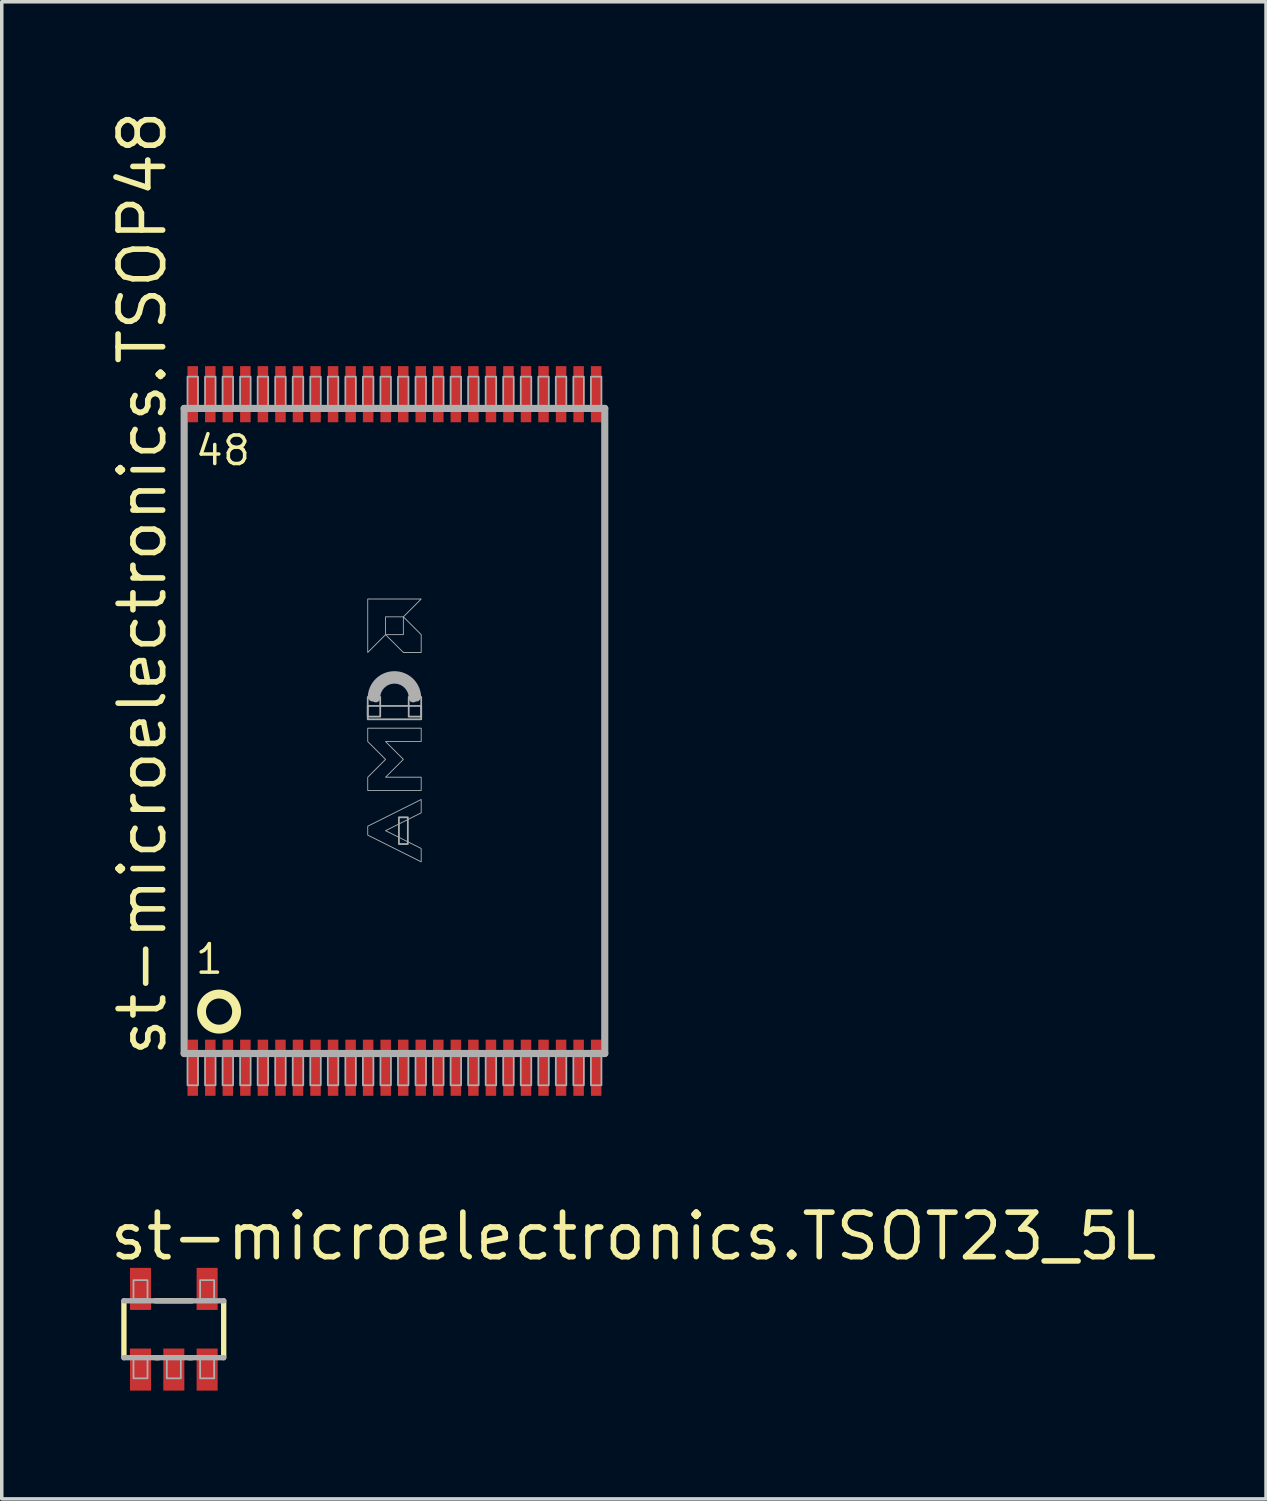
<source format=kicad_pcb>
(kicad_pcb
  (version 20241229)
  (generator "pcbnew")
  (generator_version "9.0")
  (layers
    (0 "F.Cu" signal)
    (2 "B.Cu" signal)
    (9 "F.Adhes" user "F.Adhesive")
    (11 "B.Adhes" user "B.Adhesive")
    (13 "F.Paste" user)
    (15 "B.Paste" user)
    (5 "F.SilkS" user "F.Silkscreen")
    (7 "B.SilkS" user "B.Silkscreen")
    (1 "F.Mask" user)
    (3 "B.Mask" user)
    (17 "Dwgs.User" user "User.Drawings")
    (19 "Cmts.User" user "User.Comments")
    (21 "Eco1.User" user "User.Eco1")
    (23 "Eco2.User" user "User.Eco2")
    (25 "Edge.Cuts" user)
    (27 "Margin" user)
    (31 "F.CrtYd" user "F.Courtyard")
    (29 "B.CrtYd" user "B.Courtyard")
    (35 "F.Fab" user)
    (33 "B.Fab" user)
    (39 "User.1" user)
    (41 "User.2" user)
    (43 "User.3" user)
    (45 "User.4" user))
  (footprint "st-microelectronics.TSOT23_5L"
    (layer "F.Cu")
    (at 1.905 34.843)
    (property "Reference" "st-microelectronics.TSOT23_5L" (at -1.905 -1.905 0) (layer "F.SilkS") (effects (font (size 1.27 1.27) (thickness 0.16)) (justify left bottom)))
    (attr smd)
    (fp_rect (start -1.288 -0.5) (end -0.613 -1.812) (stroke (width 0.05) (type default)) (fill yes) (layer "F.Mask"))
    (fp_rect (start -1.288 1.812) (end -0.613 0.5) (stroke (width 0.05) (type default)) (fill yes) (layer "F.Mask"))
    (fp_rect (start -0.338 1.812) (end 0.338 0.5) (stroke (width 0.05) (type default)) (fill yes) (layer "F.Mask"))
    (fp_rect (start 0.613 -0.5) (end 1.288 -1.812) (stroke (width 0.05) (type default)) (fill yes) (layer "F.Mask"))
    (fp_rect (start 0.613 1.812) (end 1.288 0.5) (stroke (width 0.05) (type default)) (fill yes) (layer "F.Mask"))
    (fp_line (start -1.422 0.81) (end -1.422 -0.81) (stroke (width 0.152) (type default)) (layer "F.SilkS"))
    (fp_line (start -0.522 -0.81) (end 0.522 -0.81) (stroke (width 0.152) (type default)) (layer "F.SilkS"))
    (fp_line (start -0.428 0.81) (end -0.522 0.81) (stroke (width 0.152) (type default)) (layer "F.SilkS"))
    (fp_line (start 0.522 0.81) (end 0.428 0.81) (stroke (width 0.152) (type default)) (layer "F.SilkS"))
    (fp_line (start 1.422 -0.81) (end 1.422 0.81) (stroke (width 0.152) (type default)) (layer "F.SilkS"))
    (fp_rect (start -1.212 -0.588) (end -0.688 -1.712) (stroke (width 0.05) (type default)) (fill yes) (layer "F.Paste"))
    (fp_rect (start -1.212 1.712) (end -0.688 0.588) (stroke (width 0.05) (type default)) (fill yes) (layer "F.Paste"))
    (fp_rect (start -0.263 1.712) (end 0.263 0.588) (stroke (width 0.05) (type default)) (fill yes) (layer "F.Paste"))
    (fp_rect (start 0.688 -0.588) (end 1.212 -1.712) (stroke (width 0.05) (type default)) (fill yes) (layer "F.Paste"))
    (fp_rect (start 0.688 1.712) (end 1.212 0.588) (stroke (width 0.05) (type default)) (fill yes) (layer "F.Paste"))
    (fp_line (start -1.422 -0.81) (end 1.422 -0.81) (stroke (width 0.152) (type default)) (layer "F.Fab"))
    (fp_line (start 1.422 0.81) (end -1.422 0.81) (stroke (width 0.152) (type default)) (layer "F.Fab"))
    (fp_rect (start -1.15 -0.85) (end -0.75 -1.4) (stroke (width 0.05) (type default)) (fill no) (layer "F.Fab"))
    (fp_rect (start -1.15 1.4) (end -0.75 0.85) (stroke (width 0.05) (type default)) (fill no) (layer "F.Fab"))
    (fp_rect (start -0.2 1.4) (end 0.2 0.85) (stroke (width 0.05) (type default)) (fill no) (layer "F.Fab"))
    (fp_rect (start 0.75 -0.85) (end 1.15 -1.4) (stroke (width 0.05) (type default)) (fill no) (layer "F.Fab"))
    (fp_rect (start 0.75 1.4) (end 1.15 0.85) (stroke (width 0.05) (type default)) (fill no) (layer "F.Fab"))
    (pad "1" smd roundrect (at -0.95 1.15) (size 0.6 1.2) (layers "F.Cu" "F.Mask" "F.Paste") (roundrect_rratio 0.01))
    (pad "2" smd roundrect (at 0 1.15) (size 0.6 1.2) (layers "F.Cu" "F.Mask" "F.Paste") (roundrect_rratio 0.01))
    (pad "3" smd roundrect (at 0.95 1.15) (size 0.6 1.2) (layers "F.Cu" "F.Mask" "F.Paste") (roundrect_rratio 0.01))
    (pad "4" smd roundrect (at 0.95 -1.15) (size 0.6 1.2) (layers "F.Cu" "F.Mask" "F.Paste") (roundrect_rratio 0.01))
    (pad "5" smd roundrect (at -0.95 -1.15) (size 0.6 1.2) (layers "F.Cu" "F.Mask" "F.Paste") (roundrect_rratio 0.01)))
  (footprint "st-microelectronics.TSOP48"
    (layer "F.Cu")
    (at 8.195 17.788)
    (property "Reference" "st-microelectronics.TSOP48" (at -6.445 9.35 90) (layer "F.SilkS") (effects (font (size 1.27 1.27) (thickness 0.16)) (justify left bottom)))
    (attr smd)
    (fp_circle (center -5 8) (end -4.5 8) (stroke (width 0.254) (type default)) (fill no) (layer "F.SilkS"))
    (fp_line (start -5.995 -9.195) (end 5.995 -9.195) (stroke (width 0.203) (type default)) (layer "F.Fab"))
    (fp_line (start -5.995 9.195) (end -5.995 -9.195) (stroke (width 0.203) (type default)) (layer "F.Fab"))
    (fp_line (start 5.995 -9.195) (end 5.995 9.195) (stroke (width 0.203) (type default)) (layer "F.Fab"))
    (fp_line (start 5.995 9.195) (end -5.995 9.195) (stroke (width 0.203) (type default)) (layer "F.Fab"))
    (fp_rect (start -5.9 -9.25) (end -5.6 -10.1) (stroke (width 0.05) (type default)) (fill no) (layer "F.Fab"))
    (fp_rect (start -5.9 10.1) (end -5.6 9.25) (stroke (width 0.05) (type default)) (fill no) (layer "F.Fab"))
    (fp_rect (start -5.4 -9.25) (end -5.1 -10.1) (stroke (width 0.05) (type default)) (fill no) (layer "F.Fab"))
    (fp_rect (start -5.4 10.1) (end -5.1 9.25) (stroke (width 0.05) (type default)) (fill no) (layer "F.Fab"))
    (fp_rect (start -4.9 -9.25) (end -4.6 -10.1) (stroke (width 0.05) (type default)) (fill no) (layer "F.Fab"))
    (fp_rect (start -4.9 10.1) (end -4.6 9.25) (stroke (width 0.05) (type default)) (fill no) (layer "F.Fab"))
    (fp_rect (start -4.4 -9.25) (end -4.1 -10.1) (stroke (width 0.05) (type default)) (fill no) (layer "F.Fab"))
    (fp_rect (start -4.4 10.1) (end -4.1 9.25) (stroke (width 0.05) (type default)) (fill no) (layer "F.Fab"))
    (fp_rect (start -3.9 -9.25) (end -3.6 -10.1) (stroke (width 0.05) (type default)) (fill no) (layer "F.Fab"))
    (fp_rect (start -3.9 10.1) (end -3.6 9.25) (stroke (width 0.05) (type default)) (fill no) (layer "F.Fab"))
    (fp_rect (start -3.4 -9.25) (end -3.1 -10.1) (stroke (width 0.05) (type default)) (fill no) (layer "F.Fab"))
    (fp_rect (start -3.4 10.1) (end -3.1 9.25) (stroke (width 0.05) (type default)) (fill no) (layer "F.Fab"))
    (fp_rect (start -2.9 -9.25) (end -2.6 -10.1) (stroke (width 0.05) (type default)) (fill no) (layer "F.Fab"))
    (fp_rect (start -2.9 10.1) (end -2.6 9.25) (stroke (width 0.05) (type default)) (fill no) (layer "F.Fab"))
    (fp_rect (start -2.4 -9.25) (end -2.1 -10.1) (stroke (width 0.05) (type default)) (fill no) (layer "F.Fab"))
    (fp_rect (start -2.4 10.1) (end -2.1 9.25) (stroke (width 0.05) (type default)) (fill no) (layer "F.Fab"))
    (fp_rect (start -1.9 -9.25) (end -1.6 -10.1) (stroke (width 0.05) (type default)) (fill no) (layer "F.Fab"))
    (fp_rect (start -1.9 10.1) (end -1.6 9.25) (stroke (width 0.05) (type default)) (fill no) (layer "F.Fab"))
    (fp_rect (start -1.4 -9.25) (end -1.1 -10.1) (stroke (width 0.05) (type default)) (fill no) (layer "F.Fab"))
    (fp_rect (start -1.4 10.1) (end -1.1 9.25) (stroke (width 0.05) (type default)) (fill no) (layer "F.Fab"))
    (fp_rect (start -0.9 -9.25) (end -0.6 -10.1) (stroke (width 0.05) (type default)) (fill no) (layer "F.Fab"))
    (fp_rect (start -0.9 10.1) (end -0.6 9.25) (stroke (width 0.05) (type default)) (fill no) (layer "F.Fab"))
    (fp_rect (start -0.762 -0.409) (end -0.406 -0.968) (stroke (width 0.05) (type default)) (fill no) (layer "F.Fab"))
    (fp_rect (start -0.762 -0.333) (end 0.762 -0.714) (stroke (width 0.05) (type default)) (fill no) (layer "F.Fab"))
    (fp_rect (start -0.4 -9.25) (end -0.1 -10.1) (stroke (width 0.05) (type default)) (fill no) (layer "F.Fab"))
    (fp_rect (start -0.4 10.1) (end -0.1 9.25) (stroke (width 0.05) (type default)) (fill no) (layer "F.Fab"))
    (fp_rect (start 0.1 -9.25) (end 0.4 -10.1) (stroke (width 0.05) (type default)) (fill no) (layer "F.Fab"))
    (fp_rect (start 0.1 10.1) (end 0.4 9.25) (stroke (width 0.05) (type default)) (fill no) (layer "F.Fab"))
    (fp_rect (start 0.127 3.223) (end 0.381 2.461) (stroke (width 0.05) (type default)) (fill no) (layer "F.Fab"))
    (fp_rect (start 0.406 -0.409) (end 0.762 -0.968) (stroke (width 0.05) (type default)) (fill no) (layer "F.Fab"))
    (fp_rect (start 0.6 -9.25) (end 0.9 -10.1) (stroke (width 0.05) (type default)) (fill no) (layer "F.Fab"))
    (fp_rect (start 0.6 10.1) (end 0.9 9.25) (stroke (width 0.05) (type default)) (fill no) (layer "F.Fab"))
    (fp_rect (start 1.1 -9.25) (end 1.4 -10.1) (stroke (width 0.05) (type default)) (fill no) (layer "F.Fab"))
    (fp_rect (start 1.1 10.1) (end 1.4 9.25) (stroke (width 0.05) (type default)) (fill no) (layer "F.Fab"))
    (fp_rect (start 1.6 -9.25) (end 1.9 -10.1) (stroke (width 0.05) (type default)) (fill no) (layer "F.Fab"))
    (fp_rect (start 1.6 10.1) (end 1.9 9.25) (stroke (width 0.05) (type default)) (fill no) (layer "F.Fab"))
    (fp_rect (start 2.1 -9.25) (end 2.4 -10.1) (stroke (width 0.05) (type default)) (fill no) (layer "F.Fab"))
    (fp_rect (start 2.1 10.1) (end 2.4 9.25) (stroke (width 0.05) (type default)) (fill no) (layer "F.Fab"))
    (fp_rect (start 2.6 -9.25) (end 2.9 -10.1) (stroke (width 0.05) (type default)) (fill no) (layer "F.Fab"))
    (fp_rect (start 2.6 10.1) (end 2.9 9.25) (stroke (width 0.05) (type default)) (fill no) (layer "F.Fab"))
    (fp_rect (start 3.1 -9.25) (end 3.4 -10.1) (stroke (width 0.05) (type default)) (fill no) (layer "F.Fab"))
    (fp_rect (start 3.1 10.1) (end 3.4 9.25) (stroke (width 0.05) (type default)) (fill no) (layer "F.Fab"))
    (fp_rect (start 3.6 -9.25) (end 3.9 -10.1) (stroke (width 0.05) (type default)) (fill no) (layer "F.Fab"))
    (fp_rect (start 3.6 10.1) (end 3.9 9.25) (stroke (width 0.05) (type default)) (fill no) (layer "F.Fab"))
    (fp_rect (start 4.1 -9.25) (end 4.4 -10.1) (stroke (width 0.05) (type default)) (fill no) (layer "F.Fab"))
    (fp_rect (start 4.1 10.1) (end 4.4 9.25) (stroke (width 0.05) (type default)) (fill no) (layer "F.Fab"))
    (fp_rect (start 4.6 -9.25) (end 4.9 -10.1) (stroke (width 0.05) (type default)) (fill no) (layer "F.Fab"))
    (fp_rect (start 4.6 10.1) (end 4.9 9.25) (stroke (width 0.05) (type default)) (fill no) (layer "F.Fab"))
    (fp_rect (start 5.1 -9.25) (end 5.4 -10.1) (stroke (width 0.05) (type default)) (fill no) (layer "F.Fab"))
    (fp_rect (start 5.1 10.1) (end 5.4 9.25) (stroke (width 0.05) (type default)) (fill no) (layer "F.Fab"))
    (fp_rect (start 5.6 -9.25) (end 5.9 -10.1) (stroke (width 0.05) (type default)) (fill no) (layer "F.Fab"))
    (fp_rect (start 5.6 10.1) (end 5.9 9.25) (stroke (width 0.05) (type default)) (fill no) (layer "F.Fab"))
    (fp_arc (start -0.7366 -0.9426) (mid 0 -1.6792) (end 0.7366 -0.9426) (stroke (width 0.0508) (type default)) (layer "F.Fab"))
    (fp_arc (start -0.635 -0.9426) (mid 0 -1.5776) (end 0.635 -0.9426) (stroke (width 0.2032) (type default)) (layer "F.Fab"))
    (fp_arc (start -0.5334 -0.9426) (mid 0 -1.476) (end 0.5334 -0.9426) (stroke (width 0.254) (type default)) (layer "F.Fab"))
    (fp_poly (pts (xy -0.762 -2.238) (xy -0.762 -3.762) (xy 0.762 -3.762) (xy 0.254 -3.254) (xy -0.254 -3.254) (xy -0.254 -2.746)) (stroke (width 0.025) (type default)) (fill no) (layer "F.Fab"))
    (fp_poly (pts (xy -0.254 -2.746) (xy 0.254 -2.238) (xy 0.762 -2.238) (xy 0.762 -2.746) (xy 0.254 -3.254) (xy 0.254 -2.746)) (stroke (width 0.025) (type default)) (fill no) (layer "F.Fab"))
    (fp_poly (pts (xy 0.762 3.731) (xy -0.762 2.969) (xy -0.762 2.715) (xy 0.762 1.953) (xy 0.762 2.334) (xy -0.254 2.842) (xy 0.762 3.35)) (stroke (width 0.025) (type default)) (fill no) (layer "F.Fab"))
    (fp_poly (pts (xy 0.762 1.699) (xy -0.762 1.699) (xy -0.762 1.318) (xy -0.254 0.81) (xy -0.762 0.302) (xy -0.762 -0.079) (xy 0.762 -0.079) (xy 0.762 0.302) (xy -0.254 0.302) (xy 0.254 0.81) (xy -0.254 1.318) (xy 0.762 1.318)) (stroke (width 0.025) (type default)) (fill no) (layer "F.Fab"))
    (fp_text user "48" (at -5.731 -7.52 0) (layer "F.SilkS") (effects (font (size 0.813 0.813) (thickness 0.1)) (justify left bottom)))
    (fp_text user "1" (at -5.731 6.98 0) (layer "F.SilkS") (effects (font (size 0.813 0.813) (thickness 0.1)) (justify left bottom)))
    (pad "1" smd roundrect (at -5.75 9.6) (size 0.3 1.6) (layers "F.Cu" "F.Mask" "F.Paste") (roundrect_rratio 0.01))
    (pad "2" smd roundrect (at -5.25 9.6) (size 0.3 1.6) (layers "F.Cu" "F.Mask" "F.Paste") (roundrect_rratio 0.01))
    (pad "3" smd roundrect (at -4.75 9.6) (size 0.3 1.6) (layers "F.Cu" "F.Mask" "F.Paste") (roundrect_rratio 0.01))
    (pad "4" smd roundrect (at -4.25 9.6) (size 0.3 1.6) (layers "F.Cu" "F.Mask" "F.Paste") (roundrect_rratio 0.01))
    (pad "5" smd roundrect (at -3.75 9.6) (size 0.3 1.6) (layers "F.Cu" "F.Mask" "F.Paste") (roundrect_rratio 0.01))
    (pad "6" smd roundrect (at -3.25 9.6) (size 0.3 1.6) (layers "F.Cu" "F.Mask" "F.Paste") (roundrect_rratio 0.01))
    (pad "7" smd roundrect (at -2.75 9.6) (size 0.3 1.6) (layers "F.Cu" "F.Mask" "F.Paste") (roundrect_rratio 0.01))
    (pad "8" smd roundrect (at -2.25 9.6) (size 0.3 1.6) (layers "F.Cu" "F.Mask" "F.Paste") (roundrect_rratio 0.01))
    (pad "9" smd roundrect (at -1.75 9.6) (size 0.3 1.6) (layers "F.Cu" "F.Mask" "F.Paste") (roundrect_rratio 0.01))
    (pad "10" smd roundrect (at -1.25 9.6) (size 0.3 1.6) (layers "F.Cu" "F.Mask" "F.Paste") (roundrect_rratio 0.01))
    (pad "11" smd roundrect (at -0.75 9.6) (size 0.3 1.6) (layers "F.Cu" "F.Mask" "F.Paste") (roundrect_rratio 0.01))
    (pad "12" smd roundrect (at -0.25 9.6) (size 0.3 1.6) (layers "F.Cu" "F.Mask" "F.Paste") (roundrect_rratio 0.01))
    (pad "13" smd roundrect (at 0.25 9.6) (size 0.3 1.6) (layers "F.Cu" "F.Mask" "F.Paste") (roundrect_rratio 0.01))
    (pad "14" smd roundrect (at 0.75 9.6) (size 0.3 1.6) (layers "F.Cu" "F.Mask" "F.Paste") (roundrect_rratio 0.01))
    (pad "15" smd roundrect (at 1.25 9.6) (size 0.3 1.6) (layers "F.Cu" "F.Mask" "F.Paste") (roundrect_rratio 0.01))
    (pad "16" smd roundrect (at 1.75 9.6) (size 0.3 1.6) (layers "F.Cu" "F.Mask" "F.Paste") (roundrect_rratio 0.01))
    (pad "17" smd roundrect (at 2.25 9.6) (size 0.3 1.6) (layers "F.Cu" "F.Mask" "F.Paste") (roundrect_rratio 0.01))
    (pad "18" smd roundrect (at 2.75 9.6) (size 0.3 1.6) (layers "F.Cu" "F.Mask" "F.Paste") (roundrect_rratio 0.01))
    (pad "19" smd roundrect (at 3.25 9.6) (size 0.3 1.6) (layers "F.Cu" "F.Mask" "F.Paste") (roundrect_rratio 0.01))
    (pad "20" smd roundrect (at 3.75 9.6) (size 0.3 1.6) (layers "F.Cu" "F.Mask" "F.Paste") (roundrect_rratio 0.01))
    (pad "21" smd roundrect (at 4.25 9.6) (size 0.3 1.6) (layers "F.Cu" "F.Mask" "F.Paste") (roundrect_rratio 0.01))
    (pad "22" smd roundrect (at 4.75 9.6) (size 0.3 1.6) (layers "F.Cu" "F.Mask" "F.Paste") (roundrect_rratio 0.01))
    (pad "23" smd roundrect (at 5.25 9.6) (size 0.3 1.6) (layers "F.Cu" "F.Mask" "F.Paste") (roundrect_rratio 0.01))
    (pad "24" smd roundrect (at 5.75 9.6) (size 0.3 1.6) (layers "F.Cu" "F.Mask" "F.Paste") (roundrect_rratio 0.01))
    (pad "25" smd roundrect (at 5.75 -9.6) (size 0.3 1.6) (layers "F.Cu" "F.Mask" "F.Paste") (roundrect_rratio 0.01))
    (pad "26" smd roundrect (at 5.25 -9.6) (size 0.3 1.6) (layers "F.Cu" "F.Mask" "F.Paste") (roundrect_rratio 0.01))
    (pad "27" smd roundrect (at 4.75 -9.6) (size 0.3 1.6) (layers "F.Cu" "F.Mask" "F.Paste") (roundrect_rratio 0.01))
    (pad "28" smd roundrect (at 4.25 -9.6) (size 0.3 1.6) (layers "F.Cu" "F.Mask" "F.Paste") (roundrect_rratio 0.01))
    (pad "29" smd roundrect (at 3.75 -9.6) (size 0.3 1.6) (layers "F.Cu" "F.Mask" "F.Paste") (roundrect_rratio 0.01))
    (pad "30" smd roundrect (at 3.25 -9.6) (size 0.3 1.6) (layers "F.Cu" "F.Mask" "F.Paste") (roundrect_rratio 0.01))
    (pad "31" smd roundrect (at 2.75 -9.6) (size 0.3 1.6) (layers "F.Cu" "F.Mask" "F.Paste") (roundrect_rratio 0.01))
    (pad "32" smd roundrect (at 2.25 -9.6) (size 0.3 1.6) (layers "F.Cu" "F.Mask" "F.Paste") (roundrect_rratio 0.01))
    (pad "33" smd roundrect (at 1.75 -9.6) (size 0.3 1.6) (layers "F.Cu" "F.Mask" "F.Paste") (roundrect_rratio 0.01))
    (pad "34" smd roundrect (at 1.25 -9.6) (size 0.3 1.6) (layers "F.Cu" "F.Mask" "F.Paste") (roundrect_rratio 0.01))
    (pad "35" smd roundrect (at 0.75 -9.6) (size 0.3 1.6) (layers "F.Cu" "F.Mask" "F.Paste") (roundrect_rratio 0.01))
    (pad "36" smd roundrect (at 0.25 -9.6) (size 0.3 1.6) (layers "F.Cu" "F.Mask" "F.Paste") (roundrect_rratio 0.01))
    (pad "37" smd roundrect (at -0.25 -9.6) (size 0.3 1.6) (layers "F.Cu" "F.Mask" "F.Paste") (roundrect_rratio 0.01))
    (pad "38" smd roundrect (at -0.75 -9.6) (size 0.3 1.6) (layers "F.Cu" "F.Mask" "F.Paste") (roundrect_rratio 0.01))
    (pad "39" smd roundrect (at -1.25 -9.6) (size 0.3 1.6) (layers "F.Cu" "F.Mask" "F.Paste") (roundrect_rratio 0.01))
    (pad "40" smd roundrect (at -1.75 -9.6) (size 0.3 1.6) (layers "F.Cu" "F.Mask" "F.Paste") (roundrect_rratio 0.01))
    (pad "41" smd roundrect (at -2.25 -9.6) (size 0.3 1.6) (layers "F.Cu" "F.Mask" "F.Paste") (roundrect_rratio 0.01))
    (pad "42" smd roundrect (at -2.75 -9.6) (size 0.3 1.6) (layers "F.Cu" "F.Mask" "F.Paste") (roundrect_rratio 0.01))
    (pad "43" smd roundrect (at -3.25 -9.6) (size 0.3 1.6) (layers "F.Cu" "F.Mask" "F.Paste") (roundrect_rratio 0.01))
    (pad "44" smd roundrect (at -3.75 -9.6) (size 0.3 1.6) (layers "F.Cu" "F.Mask" "F.Paste") (roundrect_rratio 0.01))
    (pad "45" smd roundrect (at -4.25 -9.6) (size 0.3 1.6) (layers "F.Cu" "F.Mask" "F.Paste") (roundrect_rratio 0.01))
    (pad "46" smd roundrect (at -4.75 -9.6) (size 0.3 1.6) (layers "F.Cu" "F.Mask" "F.Paste") (roundrect_rratio 0.01))
    (pad "47" smd roundrect (at -5.25 -9.6) (size 0.3 1.6) (layers "F.Cu" "F.Mask" "F.Paste") (roundrect_rratio 0.01))
    (pad "48" smd roundrect (at -5.75 -9.6) (size 0.3 1.6) (layers "F.Cu" "F.Mask" "F.Paste") (roundrect_rratio 0.01)))
  (gr_rect
    (start -3 -3)
    (end 33.041 39.68)
    (stroke (width 0.1) (type default))
    (fill no)
    (layer "Edge.Cuts")))
</source>
